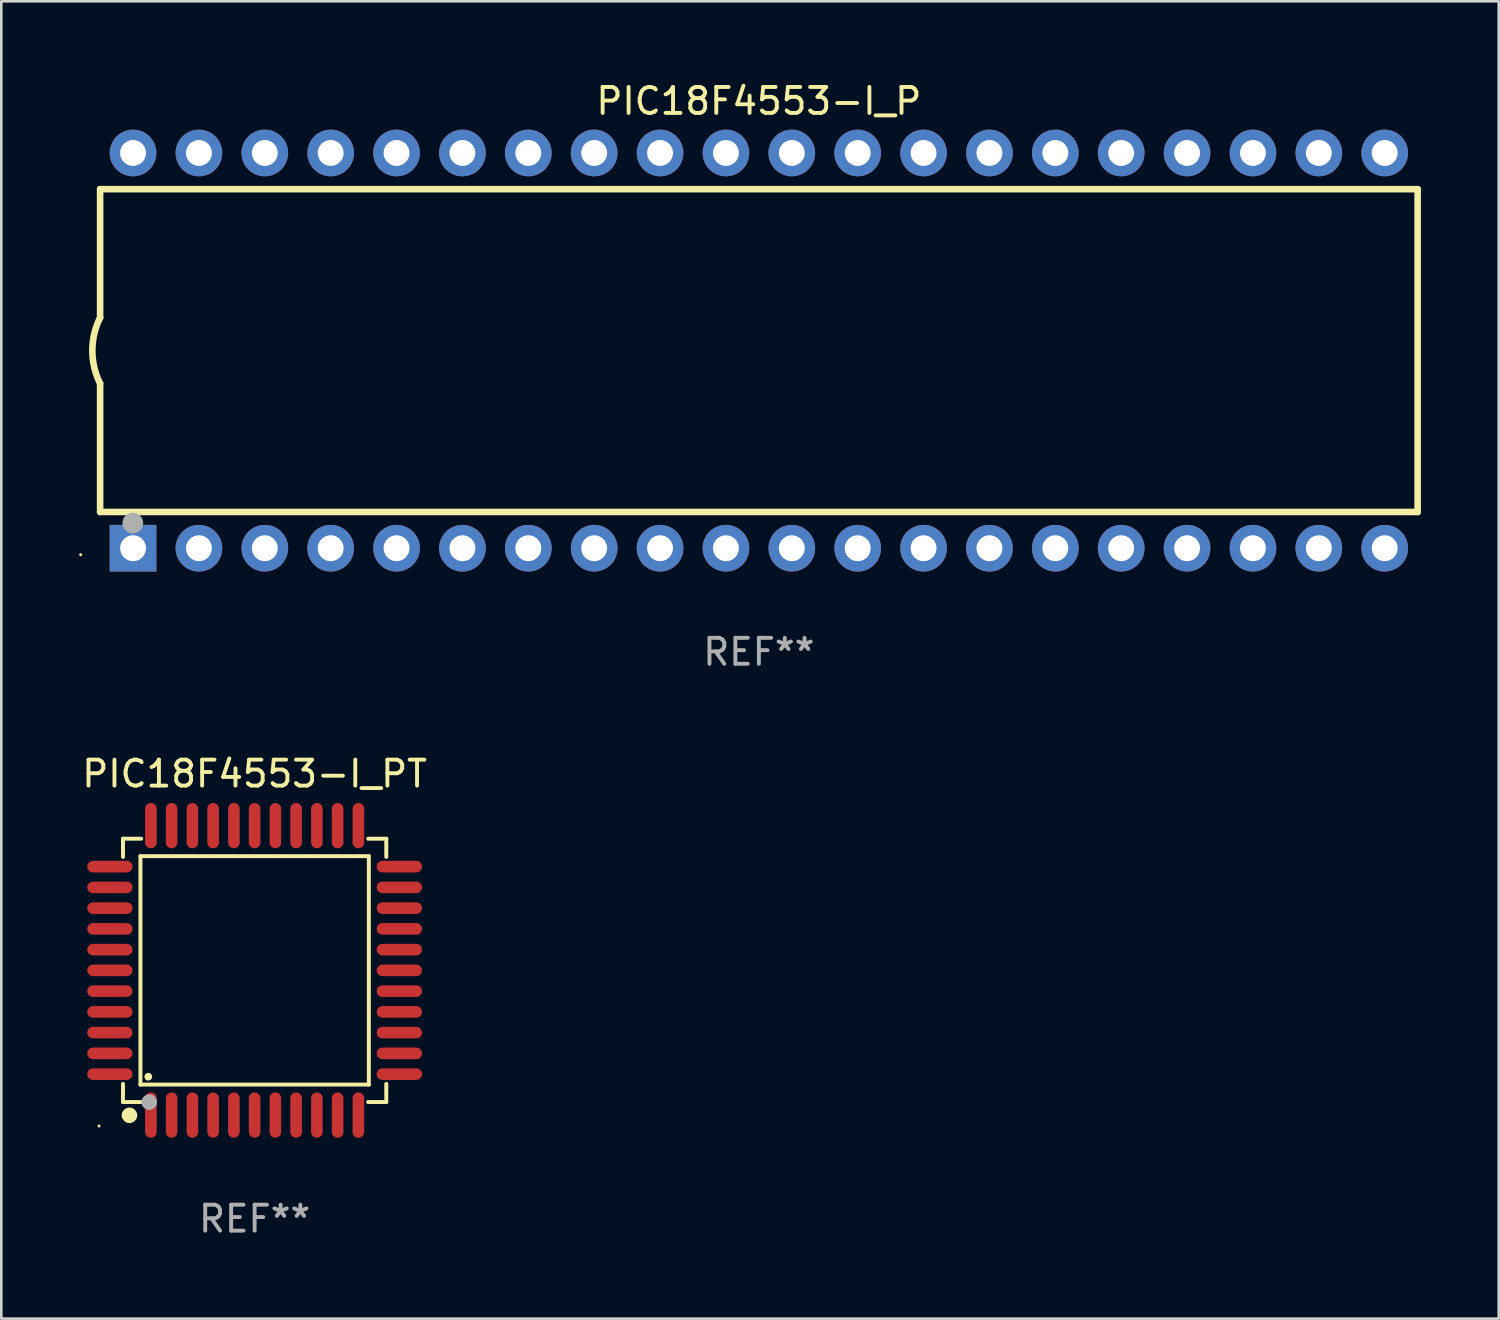
<source format=kicad_pcb>
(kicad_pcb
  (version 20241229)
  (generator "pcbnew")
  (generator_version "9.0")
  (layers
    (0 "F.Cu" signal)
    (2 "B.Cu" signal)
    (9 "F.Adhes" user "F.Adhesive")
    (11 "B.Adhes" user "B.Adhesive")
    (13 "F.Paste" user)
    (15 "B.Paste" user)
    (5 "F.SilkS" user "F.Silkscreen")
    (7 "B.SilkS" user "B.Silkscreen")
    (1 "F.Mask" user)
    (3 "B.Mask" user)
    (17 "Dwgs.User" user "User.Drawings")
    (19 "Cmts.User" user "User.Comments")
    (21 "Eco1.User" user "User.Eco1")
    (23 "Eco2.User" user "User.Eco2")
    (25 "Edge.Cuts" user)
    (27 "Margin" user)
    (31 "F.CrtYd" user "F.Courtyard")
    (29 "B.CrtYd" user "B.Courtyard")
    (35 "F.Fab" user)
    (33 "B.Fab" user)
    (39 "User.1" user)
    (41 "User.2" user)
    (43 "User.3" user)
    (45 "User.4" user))
  (footprint "PIC18F4553-I_P"
    (layer "F.Cu")
    (at 26.21 10.468)
    (property "Reference" "PIC18F4553-I_P" (at 0 -9.62 0) (layer "F.SilkS") (effects (font (size 1 1) (thickness 0.15))))
    (attr through_hole)
    (fp_line (start -25.4 -6.224) (end -25.4 -1.271) (stroke (width 0.254) (type solid)) (layer "F.SilkS"))
    (fp_line (start -25.4 -6.224) (end 25.4 -6.224) (stroke (width 0.254) (type solid)) (layer "F.SilkS"))
    (fp_line (start -25.4 1.269) (end -25.4 6.222) (stroke (width 0.254) (type solid)) (layer "F.SilkS"))
    (fp_line (start -25.4 6.222) (end 25.4 6.222) (stroke (width 0.254) (type solid)) (layer "F.SilkS"))
    (fp_line (start 25.4 6.222) (end 25.4 -6.224) (stroke (width 0.254) (type solid)) (layer "F.SilkS"))
    (fp_arc (start -25.4 1.269241) (mid -25.699807 -0.000762) (end -25.4 -1.270765) (stroke (width 0.254001) (type solid)) (layer "F.SilkS"))
    (fp_circle (center -26.15 7.87) (end -26.12 7.87) (stroke (width 0.06) (type solid)) (fill no) (layer "F.SilkS"))
    (fp_circle (center -24.14 6.65) (end -23.94 6.65) (stroke (width 0.4) (type solid)) (fill no) (layer "F.Fab"))
    (fp_text user "REF**" (at 0 11.62 0) (layer "F.Fab") (effects (font (size 1 1) (thickness 0.15))))
    (pad "1" thru_hole rect (at -24.13 7.62 90) (size 1.8 1.8) (drill 1) (layers "*.Cu" "*.Mask"))
    (pad "2" thru_hole circle (at -21.59 7.62) (size 1.8 1.8) (drill 1) (layers "*.Cu" "*.Mask"))
    (pad "3" thru_hole circle (at -19.05 7.62) (size 1.8 1.8) (drill 1) (layers "*.Cu" "*.Mask"))
    (pad "4" thru_hole circle (at -16.51 7.62) (size 1.8 1.8) (drill 1) (layers "*.Cu" "*.Mask"))
    (pad "5" thru_hole circle (at -13.97 7.62) (size 1.8 1.8) (drill 1) (layers "*.Cu" "*.Mask"))
    (pad "6" thru_hole circle (at -11.43 7.62) (size 1.8 1.8) (drill 1) (layers "*.Cu" "*.Mask"))
    (pad "7" thru_hole circle (at -8.89 7.62) (size 1.8 1.8) (drill 1) (layers "*.Cu" "*.Mask"))
    (pad "8" thru_hole circle (at -6.35 7.62) (size 1.8 1.8) (drill 1) (layers "*.Cu" "*.Mask"))
    (pad "9" thru_hole circle (at -3.81 7.62) (size 1.8 1.8) (drill 1) (layers "*.Cu" "*.Mask"))
    (pad "10" thru_hole circle (at -1.27 7.62) (size 1.8 1.8) (drill 1) (layers "*.Cu" "*.Mask"))
    (pad "11" thru_hole circle (at 1.27 7.62) (size 1.8 1.8) (drill 1) (layers "*.Cu" "*.Mask"))
    (pad "12" thru_hole circle (at 3.81 7.62) (size 1.8 1.8) (drill 1) (layers "*.Cu" "*.Mask"))
    (pad "13" thru_hole circle (at 6.35 7.62) (size 1.8 1.8) (drill 1) (layers "*.Cu" "*.Mask"))
    (pad "14" thru_hole circle (at 8.89 7.62) (size 1.8 1.8) (drill 1) (layers "*.Cu" "*.Mask"))
    (pad "15" thru_hole circle (at 11.43 7.62) (size 1.8 1.8) (drill 1) (layers "*.Cu" "*.Mask"))
    (pad "16" thru_hole circle (at 13.97 7.62) (size 1.8 1.8) (drill 1) (layers "*.Cu" "*.Mask"))
    (pad "17" thru_hole circle (at 16.51 7.62) (size 1.8 1.8) (drill 1) (layers "*.Cu" "*.Mask"))
    (pad "18" thru_hole circle (at 19.05 7.62) (size 1.8 1.8) (drill 1) (layers "*.Cu" "*.Mask"))
    (pad "19" thru_hole circle (at 21.59 7.62) (size 1.8 1.8) (drill 1) (layers "*.Cu" "*.Mask"))
    (pad "20" thru_hole circle (at 24.13 7.62) (size 1.8 1.8) (drill 1) (layers "*.Cu" "*.Mask"))
    (pad "21" thru_hole circle (at 24.13 -7.62) (size 1.8 1.8) (drill 1) (layers "*.Cu" "*.Mask"))
    (pad "22" thru_hole circle (at 21.59 -7.62) (size 1.8 1.8) (drill 1) (layers "*.Cu" "*.Mask"))
    (pad "23" thru_hole circle (at 19.05 -7.62) (size 1.8 1.8) (drill 1) (layers "*.Cu" "*.Mask"))
    (pad "24" thru_hole circle (at 16.51 -7.62) (size 1.8 1.8) (drill 1) (layers "*.Cu" "*.Mask"))
    (pad "25" thru_hole circle (at 13.97 -7.62) (size 1.8 1.8) (drill 1) (layers "*.Cu" "*.Mask"))
    (pad "26" thru_hole circle (at 11.43 -7.62) (size 1.8 1.8) (drill 1) (layers "*.Cu" "*.Mask"))
    (pad "27" thru_hole circle (at 8.89 -7.62) (size 1.8 1.8) (drill 1) (layers "*.Cu" "*.Mask"))
    (pad "28" thru_hole circle (at 6.35 -7.62) (size 1.8 1.8) (drill 1) (layers "*.Cu" "*.Mask"))
    (pad "29" thru_hole circle (at 3.81 -7.62) (size 1.8 1.8) (drill 1) (layers "*.Cu" "*.Mask"))
    (pad "30" thru_hole circle (at 1.27 -7.62) (size 1.8 1.8) (drill 1) (layers "*.Cu" "*.Mask"))
    (pad "31" thru_hole circle (at -1.27 -7.62) (size 1.8 1.8) (drill 1) (layers "*.Cu" "*.Mask"))
    (pad "32" thru_hole circle (at -3.81 -7.62) (size 1.8 1.8) (drill 1) (layers "*.Cu" "*.Mask"))
    (pad "33" thru_hole circle (at -6.35 -7.62) (size 1.8 1.8) (drill 1) (layers "*.Cu" "*.Mask"))
    (pad "34" thru_hole circle (at -8.89 -7.62) (size 1.8 1.8) (drill 1) (layers "*.Cu" "*.Mask"))
    (pad "35" thru_hole circle (at -11.43 -7.62) (size 1.8 1.8) (drill 1) (layers "*.Cu" "*.Mask"))
    (pad "36" thru_hole circle (at -13.97 -7.62) (size 1.8 1.8) (drill 1) (layers "*.Cu" "*.Mask"))
    (pad "37" thru_hole circle (at -16.51 -7.62) (size 1.8 1.8) (drill 1) (layers "*.Cu" "*.Mask"))
    (pad "38" thru_hole circle (at -19.05 -7.62) (size 1.8 1.8) (drill 1) (layers "*.Cu" "*.Mask"))
    (pad "39" thru_hole circle (at -21.59 -7.62) (size 1.8 1.8) (drill 1) (layers "*.Cu" "*.Mask"))
    (pad "40" thru_hole circle (at -24.13 -7.62) (size 1.8 1.8) (drill 1) (layers "*.Cu" "*.Mask")))
  (footprint "PIC18F4553-I_PT"
    (layer "F.Cu")
    (at 6.768 34.365)
    (property "Reference" "PIC18F4553-I_PT" (at 0 -7.58 0) (layer "F.SilkS") (effects (font (size 1 1) (thickness 0.15))))
    (attr through_hole)
    (fp_line (start -5.076 -5.076) (end -5.076 -4.376) (stroke (width 0.152) (type solid)) (layer "F.SilkS"))
    (fp_line (start -5.076 5.076) (end -5.076 4.376) (stroke (width 0.152) (type solid)) (layer "F.SilkS"))
    (fp_line (start -4.403 -4.403) (end 4.403 -4.403) (stroke (width 0.152) (type solid)) (layer "F.SilkS"))
    (fp_line (start -4.403 4.403) (end -4.403 -4.403) (stroke (width 0.152) (type solid)) (layer "F.SilkS"))
    (fp_line (start -4.376 -5.076) (end -5.076 -5.076) (stroke (width 0.152) (type solid)) (layer "F.SilkS"))
    (fp_line (start -4.376 5.076) (end -5.076 5.076) (stroke (width 0.152) (type solid)) (layer "F.SilkS"))
    (fp_line (start 4.376 -5.076) (end 5.076 -5.076) (stroke (width 0.152) (type solid)) (layer "F.SilkS"))
    (fp_line (start 4.376 5.076) (end 5.076 5.076) (stroke (width 0.152) (type solid)) (layer "F.SilkS"))
    (fp_line (start 4.403 -4.403) (end 4.403 4.403) (stroke (width 0.152) (type solid)) (layer "F.SilkS"))
    (fp_line (start 4.403 4.403) (end -4.403 4.403) (stroke (width 0.152) (type solid)) (layer "F.SilkS"))
    (fp_line (start 5.076 -5.076) (end 5.076 -4.376) (stroke (width 0.152) (type solid)) (layer "F.SilkS"))
    (fp_line (start 5.076 5.076) (end 5.076 4.376) (stroke (width 0.152) (type solid)) (layer "F.SilkS"))
    (fp_circle (center -6 6) (end -5.97 6) (stroke (width 0.06) (type solid)) (fill no) (layer "F.SilkS"))
    (fp_circle (center -4.826 5.588) (end -4.676 5.588) (stroke (width 0.3) (type solid)) (fill no) (layer "F.SilkS"))
    (fp_circle (center -4.1 4.1) (end -4.025 4.1) (stroke (width 0.15) (type solid)) (fill no) (layer "F.SilkS"))
    (fp_circle (center -4.064 5.08) (end -3.914 5.08) (stroke (width 0.3) (type solid)) (fill no) (layer "F.Fab"))
    (fp_text user "REF**" (at 0 9.58 0) (layer "F.Fab") (effects (font (size 1 1) (thickness 0.15))))
    (pad "1" smd oval (at -4 5.58) (size 0.448 1.745) (layers "F.Cu" "F.Mask" "F.Paste"))
    (pad "2" smd oval (at -3.2 5.58) (size 0.448 1.745) (layers "F.Cu" "F.Mask" "F.Paste"))
    (pad "3" smd oval (at -2.4 5.58) (size 0.448 1.745) (layers "F.Cu" "F.Mask" "F.Paste"))
    (pad "4" smd oval (at -1.6 5.58) (size 0.448 1.745) (layers "F.Cu" "F.Mask" "F.Paste"))
    (pad "5" smd oval (at -0.8 5.58) (size 0.448 1.745) (layers "F.Cu" "F.Mask" "F.Paste"))
    (pad "6" smd oval (at 0 5.58) (size 0.448 1.745) (layers "F.Cu" "F.Mask" "F.Paste"))
    (pad "7" smd oval (at 0.8 5.58) (size 0.448 1.745) (layers "F.Cu" "F.Mask" "F.Paste"))
    (pad "8" smd oval (at 1.6 5.58) (size 0.448 1.745) (layers "F.Cu" "F.Mask" "F.Paste"))
    (pad "9" smd oval (at 2.4 5.58) (size 0.448 1.745) (layers "F.Cu" "F.Mask" "F.Paste"))
    (pad "10" smd oval (at 3.2 5.58) (size 0.448 1.745) (layers "F.Cu" "F.Mask" "F.Paste"))
    (pad "11" smd oval (at 4 5.58) (size 0.448 1.745) (layers "F.Cu" "F.Mask" "F.Paste"))
    (pad "12" smd oval (at 5.58 4) (size 1.745 0.448) (layers "F.Cu" "F.Mask" "F.Paste"))
    (pad "13" smd oval (at 5.58 3.2) (size 1.745 0.448) (layers "F.Cu" "F.Mask" "F.Paste"))
    (pad "14" smd oval (at 5.58 2.4) (size 1.745 0.448) (layers "F.Cu" "F.Mask" "F.Paste"))
    (pad "15" smd oval (at 5.58 1.6) (size 1.745 0.448) (layers "F.Cu" "F.Mask" "F.Paste"))
    (pad "16" smd oval (at 5.58 0.8) (size 1.745 0.448) (layers "F.Cu" "F.Mask" "F.Paste"))
    (pad "17" smd oval (at 5.58 0) (size 1.745 0.448) (layers "F.Cu" "F.Mask" "F.Paste"))
    (pad "18" smd oval (at 5.58 -0.8) (size 1.745 0.448) (layers "F.Cu" "F.Mask" "F.Paste"))
    (pad "19" smd oval (at 5.58 -1.6) (size 1.745 0.448) (layers "F.Cu" "F.Mask" "F.Paste"))
    (pad "20" smd oval (at 5.58 -2.4) (size 1.745 0.448) (layers "F.Cu" "F.Mask" "F.Paste"))
    (pad "21" smd oval (at 5.58 -3.2) (size 1.745 0.448) (layers "F.Cu" "F.Mask" "F.Paste"))
    (pad "22" smd oval (at 5.58 -4) (size 1.745 0.448) (layers "F.Cu" "F.Mask" "F.Paste"))
    (pad "23" smd oval (at 4 -5.58) (size 0.448 1.745) (layers "F.Cu" "F.Mask" "F.Paste"))
    (pad "24" smd oval (at 3.2 -5.58) (size 0.448 1.745) (layers "F.Cu" "F.Mask" "F.Paste"))
    (pad "25" smd oval (at 2.4 -5.58) (size 0.448 1.745) (layers "F.Cu" "F.Mask" "F.Paste"))
    (pad "26" smd oval (at 1.6 -5.58) (size 0.448 1.745) (layers "F.Cu" "F.Mask" "F.Paste"))
    (pad "27" smd oval (at 0.8 -5.58) (size 0.448 1.745) (layers "F.Cu" "F.Mask" "F.Paste"))
    (pad "28" smd oval (at 0 -5.58) (size 0.448 1.745) (layers "F.Cu" "F.Mask" "F.Paste"))
    (pad "29" smd oval (at -0.8 -5.58) (size 0.448 1.745) (layers "F.Cu" "F.Mask" "F.Paste"))
    (pad "30" smd oval (at -1.6 -5.58) (size 0.448 1.745) (layers "F.Cu" "F.Mask" "F.Paste"))
    (pad "31" smd oval (at -2.4 -5.58) (size 0.448 1.745) (layers "F.Cu" "F.Mask" "F.Paste"))
    (pad "32" smd oval (at -3.2 -5.58) (size 0.448 1.745) (layers "F.Cu" "F.Mask" "F.Paste"))
    (pad "33" smd oval (at -4 -5.58) (size 0.448 1.745) (layers "F.Cu" "F.Mask" "F.Paste"))
    (pad "34" smd oval (at -5.58 -4) (size 1.745 0.448) (layers "F.Cu" "F.Mask" "F.Paste"))
    (pad "35" smd oval (at -5.58 -3.2) (size 1.745 0.448) (layers "F.Cu" "F.Mask" "F.Paste"))
    (pad "36" smd oval (at -5.58 -2.4) (size 1.745 0.448) (layers "F.Cu" "F.Mask" "F.Paste"))
    (pad "37" smd oval (at -5.58 -1.6) (size 1.745 0.448) (layers "F.Cu" "F.Mask" "F.Paste"))
    (pad "38" smd oval (at -5.58 -0.8) (size 1.745 0.448) (layers "F.Cu" "F.Mask" "F.Paste"))
    (pad "39" smd oval (at -5.58 0) (size 1.745 0.448) (layers "F.Cu" "F.Mask" "F.Paste"))
    (pad "40" smd oval (at -5.58 0.8) (size 1.745 0.448) (layers "F.Cu" "F.Mask" "F.Paste"))
    (pad "41" smd oval (at -5.58 1.6) (size 1.745 0.448) (layers "F.Cu" "F.Mask" "F.Paste"))
    (pad "42" smd oval (at -5.58 2.4) (size 1.745 0.448) (layers "F.Cu" "F.Mask" "F.Paste"))
    (pad "43" smd oval (at -5.58 3.2) (size 1.745 0.448) (layers "F.Cu" "F.Mask" "F.Paste"))
    (pad "44" smd oval (at -5.58 4) (size 1.745 0.448) (layers "F.Cu" "F.Mask" "F.Paste")))
  (gr_rect
    (start -3 -3)
    (end 54.737 47.793)
    (stroke (width 0.1) (type default))
    (fill no)
    (layer "Edge.Cuts")))
</source>
